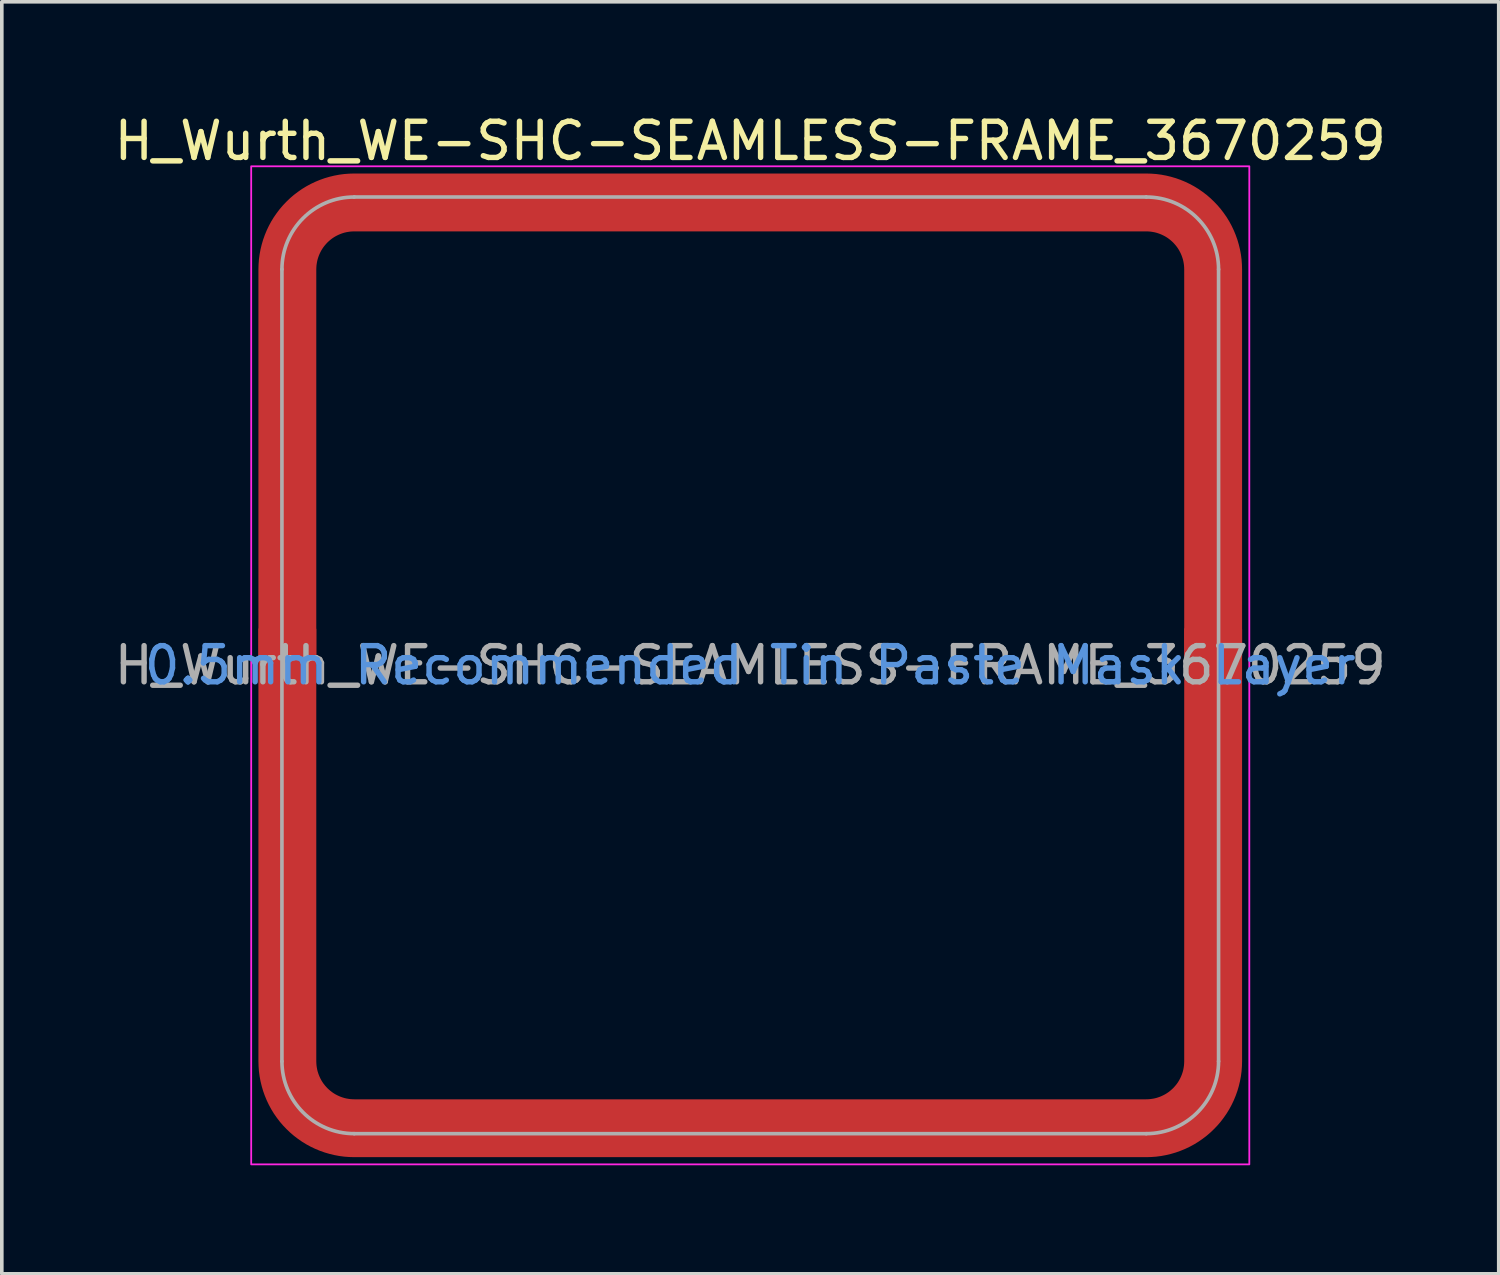
<source format=kicad_pcb>
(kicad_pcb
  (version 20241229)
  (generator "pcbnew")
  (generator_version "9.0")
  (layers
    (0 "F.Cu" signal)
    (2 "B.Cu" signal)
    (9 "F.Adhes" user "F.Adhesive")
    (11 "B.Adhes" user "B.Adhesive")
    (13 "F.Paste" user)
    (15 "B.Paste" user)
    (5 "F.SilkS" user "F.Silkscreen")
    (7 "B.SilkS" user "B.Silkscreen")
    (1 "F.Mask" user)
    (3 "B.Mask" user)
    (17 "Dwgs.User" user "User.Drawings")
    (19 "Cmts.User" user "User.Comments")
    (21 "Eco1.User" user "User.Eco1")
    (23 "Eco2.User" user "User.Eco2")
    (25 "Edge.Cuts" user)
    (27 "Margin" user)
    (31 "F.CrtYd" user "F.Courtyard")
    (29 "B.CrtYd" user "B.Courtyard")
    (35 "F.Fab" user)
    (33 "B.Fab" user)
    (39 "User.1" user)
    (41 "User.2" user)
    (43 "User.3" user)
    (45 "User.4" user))
  (footprint "H_Wurth_WE-SHC-SEAMLESS-FRAME_3670259"
    (layer "F.Cu")
    (at 17.696 15.348)
    (property "Reference" "H_Wurth_WE-SHC-SEAMLESS-FRAME_3670259" (at 0 -14.5 0) (unlocked yes) (layer "F.SilkS") (effects (font (size 1 1) (thickness 0.15))))
    (attr smd)
    (fp_poly (pts (xy -12.05 -0.25) (xy -13.55 -0.25) (xy -13.55 -10.95) (xy -13.546 -11.086) (xy -13.536 -11.222) (xy -13.518 -11.357) (xy -13.493 -11.491) (xy -13.461 -11.623) (xy -13.423 -11.753) (xy -13.377 -11.882) (xy -13.325 -12.008) (xy -13.267 -12.13) (xy -13.202 -12.25) (xy -13.131 -12.366) (xy -13.053 -12.478) (xy -12.971 -12.586) (xy -12.882 -12.69) (xy -12.788 -12.788) (xy -12.69 -12.882) (xy -12.586 -12.971) (xy -12.478 -13.053) (xy -12.366 -13.131) (xy -12.25 -13.202) (xy -12.13 -13.267) (xy -12.008 -13.325) (xy -11.882 -13.377) (xy -11.753 -13.423) (xy -11.623 -13.461) (xy -11.491 -13.493) (xy -11.357 -13.518) (xy -11.222 -13.536) (xy -11.086 -13.546) (xy -10.95 -13.55) (xy 10.95 -13.55) (xy 11.086 -13.546) (xy 11.222 -13.536) (xy 11.357 -13.518) (xy 11.491 -13.493) (xy 11.623 -13.461) (xy 11.753 -13.423) (xy 11.882 -13.377) (xy 12.008 -13.325) (xy 12.13 -13.267) (xy 12.25 -13.202) (xy 12.366 -13.131) (xy 12.478 -13.053) (xy 12.586 -12.971) (xy 12.69 -12.882) (xy 12.788 -12.788) (xy 12.882 -12.69) (xy 12.971 -12.586) (xy 13.053 -12.478) (xy 13.131 -12.366) (xy 13.202 -12.25) (xy 13.267 -12.13) (xy 13.325 -12.008) (xy 13.377 -11.882) (xy 13.423 -11.753) (xy 13.461 -11.623) (xy 13.493 -11.491) (xy 13.518 -11.357) (xy 13.536 -11.222) (xy 13.546 -11.086) (xy 13.55 -10.95) (xy 13.55 -0.25) (xy 12.05 -0.25) (xy 12.05 -10.95) (xy 12.048 -11.008) (xy 12.044 -11.065) (xy 12.036 -11.122) (xy 12.026 -11.179) (xy 12.013 -11.235) (xy 11.996 -11.29) (xy 11.977 -11.344) (xy 11.955 -11.397) (xy 11.93 -11.449) (xy 11.903 -11.5) (xy 11.873 -11.549) (xy 11.84 -11.597) (xy 11.805 -11.642) (xy 11.767 -11.686) (xy 11.728 -11.728) (xy 11.686 -11.767) (xy 11.642 -11.805) (xy 11.597 -11.84) (xy 11.549 -11.873) (xy 11.5 -11.903) (xy 11.449 -11.93) (xy 11.397 -11.955) (xy 11.344 -11.977) (xy 11.29 -11.996) (xy 11.235 -12.013) (xy 11.179 -12.026) (xy 11.122 -12.036) (xy 11.065 -12.044) (xy 11.008 -12.048) (xy 10.95 -12.05) (xy -10.95 -12.05) (xy -11.008 -12.048) (xy -11.065 -12.044) (xy -11.122 -12.036) (xy -11.179 -12.026) (xy -11.235 -12.013) (xy -11.29 -11.996) (xy -11.344 -11.977) (xy -11.397 -11.955) (xy -11.449 -11.93) (xy -11.5 -11.903) (xy -11.549 -11.873) (xy -11.597 -11.84) (xy -11.642 -11.805) (xy -11.686 -11.767) (xy -11.728 -11.728) (xy -11.767 -11.686) (xy -11.805 -11.642) (xy -11.84 -11.597) (xy -11.873 -11.549) (xy -11.903 -11.5) (xy -11.93 -11.449) (xy -11.955 -11.397) (xy -11.977 -11.344) (xy -11.996 -11.29) (xy -12.013 -11.235) (xy -12.026 -11.179) (xy -12.036 -11.122) (xy -12.044 -11.065) (xy -12.048 -11.008) (xy -12.05 -10.95) (xy -12.05 -0.25)) (stroke (width 0.1) (type solid)) (fill yes) (layer "F.Cu"))
    (fp_poly (pts (xy -12.05 -0.25) (xy -13.55 -0.25) (xy -13.55 -10.95) (xy -13.546 -11.086) (xy -13.536 -11.222) (xy -13.518 -11.357) (xy -13.493 -11.491) (xy -13.461 -11.623) (xy -13.423 -11.753) (xy -13.377 -11.882) (xy -13.325 -12.008) (xy -13.267 -12.13) (xy -13.202 -12.25) (xy -13.131 -12.366) (xy -13.053 -12.478) (xy -12.971 -12.586) (xy -12.882 -12.69) (xy -12.788 -12.788) (xy -12.69 -12.882) (xy -12.586 -12.971) (xy -12.478 -13.053) (xy -12.366 -13.131) (xy -12.25 -13.202) (xy -12.13 -13.267) (xy -12.008 -13.325) (xy -11.882 -13.377) (xy -11.753 -13.423) (xy -11.623 -13.461) (xy -11.491 -13.493) (xy -11.357 -13.518) (xy -11.222 -13.536) (xy -11.086 -13.546) (xy -10.95 -13.55) (xy 10.95 -13.55) (xy 11.086 -13.546) (xy 11.222 -13.536) (xy 11.357 -13.518) (xy 11.491 -13.493) (xy 11.623 -13.461) (xy 11.753 -13.423) (xy 11.882 -13.377) (xy 12.008 -13.325) (xy 12.13 -13.267) (xy 12.25 -13.202) (xy 12.366 -13.131) (xy 12.478 -13.053) (xy 12.586 -12.971) (xy 12.69 -12.882) (xy 12.788 -12.788) (xy 12.882 -12.69) (xy 12.971 -12.586) (xy 13.053 -12.478) (xy 13.131 -12.366) (xy 13.202 -12.25) (xy 13.267 -12.13) (xy 13.325 -12.008) (xy 13.377 -11.882) (xy 13.423 -11.753) (xy 13.461 -11.623) (xy 13.493 -11.491) (xy 13.518 -11.357) (xy 13.536 -11.222) (xy 13.546 -11.086) (xy 13.55 -10.95) (xy 13.55 -0.25) (xy 12.05 -0.25) (xy 12.05 -10.95) (xy 12.048 -11.008) (xy 12.044 -11.065) (xy 12.036 -11.122) (xy 12.026 -11.179) (xy 12.013 -11.235) (xy 11.996 -11.29) (xy 11.977 -11.344) (xy 11.955 -11.397) (xy 11.93 -11.449) (xy 11.903 -11.5) (xy 11.873 -11.549) (xy 11.84 -11.597) (xy 11.805 -11.642) (xy 11.767 -11.686) (xy 11.728 -11.728) (xy 11.686 -11.767) (xy 11.642 -11.805) (xy 11.597 -11.84) (xy 11.549 -11.873) (xy 11.5 -11.903) (xy 11.449 -11.93) (xy 11.397 -11.955) (xy 11.344 -11.977) (xy 11.29 -11.996) (xy 11.235 -12.013) (xy 11.179 -12.026) (xy 11.122 -12.036) (xy 11.065 -12.044) (xy 11.008 -12.048) (xy 10.95 -12.05) (xy -10.95 -12.05) (xy -11.008 -12.048) (xy -11.065 -12.044) (xy -11.122 -12.036) (xy -11.179 -12.026) (xy -11.235 -12.013) (xy -11.29 -11.996) (xy -11.344 -11.977) (xy -11.397 -11.955) (xy -11.449 -11.93) (xy -11.5 -11.903) (xy -11.549 -11.873) (xy -11.597 -11.84) (xy -11.642 -11.805) (xy -11.686 -11.767) (xy -11.728 -11.728) (xy -11.767 -11.686) (xy -11.805 -11.642) (xy -11.84 -11.597) (xy -11.873 -11.549) (xy -11.903 -11.5) (xy -11.93 -11.449) (xy -11.955 -11.397) (xy -11.977 -11.344) (xy -11.996 -11.29) (xy -12.013 -11.235) (xy -12.026 -11.179) (xy -12.036 -11.122) (xy -12.044 -11.065) (xy -12.048 -11.008) (xy -12.05 -10.95) (xy -12.05 -0.25)) (stroke (width 0.1) (type solid)) (fill yes) (layer "F.Mask"))
    (fp_poly (pts (xy -12.05 -0.25) (xy -13.55 -0.25) (xy -13.55 -10.95) (xy -13.546 -11.086) (xy -13.536 -11.222) (xy -13.518 -11.357) (xy -13.493 -11.491) (xy -13.461 -11.623) (xy -13.423 -11.753) (xy -13.377 -11.882) (xy -13.325 -12.008) (xy -13.267 -12.13) (xy -13.202 -12.25) (xy -13.131 -12.366) (xy -13.053 -12.478) (xy -12.971 -12.586) (xy -12.882 -12.69) (xy -12.788 -12.788) (xy -12.69 -12.882) (xy -12.586 -12.971) (xy -12.478 -13.053) (xy -12.366 -13.131) (xy -12.25 -13.202) (xy -12.13 -13.267) (xy -12.008 -13.325) (xy -11.882 -13.377) (xy -11.753 -13.423) (xy -11.623 -13.461) (xy -11.491 -13.493) (xy -11.357 -13.518) (xy -11.222 -13.536) (xy -11.086 -13.546) (xy -10.95 -13.55) (xy 10.95 -13.55) (xy 11.086 -13.546) (xy 11.222 -13.536) (xy 11.357 -13.518) (xy 11.491 -13.493) (xy 11.623 -13.461) (xy 11.753 -13.423) (xy 11.882 -13.377) (xy 12.008 -13.325) (xy 12.13 -13.267) (xy 12.25 -13.202) (xy 12.366 -13.131) (xy 12.478 -13.053) (xy 12.586 -12.971) (xy 12.69 -12.882) (xy 12.788 -12.788) (xy 12.882 -12.69) (xy 12.971 -12.586) (xy 13.053 -12.478) (xy 13.131 -12.366) (xy 13.202 -12.25) (xy 13.267 -12.13) (xy 13.325 -12.008) (xy 13.377 -11.882) (xy 13.423 -11.753) (xy 13.461 -11.623) (xy 13.493 -11.491) (xy 13.518 -11.357) (xy 13.536 -11.222) (xy 13.546 -11.086) (xy 13.55 -10.95) (xy 13.55 -0.25) (xy 12.05 -0.25) (xy 12.05 -10.95) (xy 12.048 -11.008) (xy 12.044 -11.065) (xy 12.036 -11.122) (xy 12.026 -11.179) (xy 12.013 -11.235) (xy 11.996 -11.29) (xy 11.977 -11.344) (xy 11.955 -11.397) (xy 11.93 -11.449) (xy 11.903 -11.5) (xy 11.873 -11.549) (xy 11.84 -11.597) (xy 11.805 -11.642) (xy 11.767 -11.686) (xy 11.728 -11.728) (xy 11.686 -11.767) (xy 11.642 -11.805) (xy 11.597 -11.84) (xy 11.549 -11.873) (xy 11.5 -11.903) (xy 11.449 -11.93) (xy 11.397 -11.955) (xy 11.344 -11.977) (xy 11.29 -11.996) (xy 11.235 -12.013) (xy 11.179 -12.026) (xy 11.122 -12.036) (xy 11.065 -12.044) (xy 11.008 -12.048) (xy 10.95 -12.05) (xy -10.95 -12.05) (xy -11.008 -12.048) (xy -11.065 -12.044) (xy -11.122 -12.036) (xy -11.179 -12.026) (xy -11.235 -12.013) (xy -11.29 -11.996) (xy -11.344 -11.977) (xy -11.397 -11.955) (xy -11.449 -11.93) (xy -11.5 -11.903) (xy -11.549 -11.873) (xy -11.597 -11.84) (xy -11.642 -11.805) (xy -11.686 -11.767) (xy -11.728 -11.728) (xy -11.767 -11.686) (xy -11.805 -11.642) (xy -11.84 -11.597) (xy -11.873 -11.549) (xy -11.903 -11.5) (xy -11.93 -11.449) (xy -11.955 -11.397) (xy -11.977 -11.344) (xy -11.996 -11.29) (xy -12.013 -11.235) (xy -12.026 -11.179) (xy -12.036 -11.122) (xy -12.044 -11.065) (xy -12.048 -11.008) (xy -12.05 -10.95) (xy -12.05 -0.25)) (stroke (width 0.1) (type solid)) (fill yes) (layer "F.Paste"))
    (fp_rect (start -13.8 -13.8) (end 13.8 13.8) (stroke (width 0.05) (type solid)) (fill no) (layer "F.CrtYd"))
    (fp_line (start -12.95 10.95) (end -12.95 -10.95) (stroke (width 0.1) (type solid)) (layer "F.Fab"))
    (fp_line (start -10.95 -12.95) (end 10.95 -12.95) (stroke (width 0.1) (type solid)) (layer "F.Fab"))
    (fp_line (start -10.95 12.95) (end 10.95 12.95) (stroke (width 0.1) (type solid)) (layer "F.Fab"))
    (fp_line (start 12.95 10.95) (end 12.95 -10.95) (stroke (width 0.1) (type solid)) (layer "F.Fab"))
    (fp_arc (start -12.95 -10.95) (mid -12.364214 -12.364214) (end -10.95 -12.95) (stroke (width 0.1) (type default)) (layer "F.Fab"))
    (fp_arc (start -10.95 12.95) (mid -12.364214 12.364214) (end -12.95 10.95) (stroke (width 0.1) (type default)) (layer "F.Fab"))
    (fp_arc (start 10.95 -12.95) (mid 12.364214 -12.364214) (end 12.95 -10.95) (stroke (width 0.1) (type default)) (layer "F.Fab"))
    (fp_arc (start 12.95 10.95) (mid 12.364214 12.364214) (end 10.95 12.95) (stroke (width 0.1) (type default)) (layer "F.Fab"))
    (fp_text user "0.5mm Recommended Tin Paste Mask Layer" (at 0 0 0) (unlocked yes) (layer "Cmts.User") (effects (font (size 1 1) (thickness 0.15))))
    (fp_text user "${REFERENCE}" (at 0 0 0) (unlocked yes) (layer "F.Fab") (effects (font (size 1 1) (thickness 0.15))))
    (pad "1" smd custom (at -12.8 0) (size 1.5 21.9) (layers "F.Cu" "F.Mask" "F.Paste") (options (anchor rect)) (primitives (gr_poly (pts (xy 24.85 -1) (xy 26.35 -1) (xy 26.35 10.95) (xy 26.346 11.086) (xy 26.336 11.222) (xy 26.318 11.357) (xy 26.293 11.491) (xy 26.261 11.623) (xy 26.223 11.753) (xy 26.177 11.882) (xy 26.125 12.008) (xy 26.067 12.13) (xy 26.002 12.25) (xy 25.931 12.366) (xy 25.853 12.478) (xy 25.771 12.586) (xy 25.682 12.69) (xy 25.588 12.788) (xy 25.49 12.882) (xy 25.386 12.971) (xy 25.278 13.053) (xy 25.166 13.131) (xy 25.05 13.202) (xy 24.93 13.267) (xy 24.808 13.325) (xy 24.682 13.377) (xy 24.553 13.423) (xy 24.423 13.461) (xy 24.291 13.493) (xy 24.157 13.518) (xy 24.022 13.536) (xy 23.886 13.546) (xy 23.75 13.55) (xy 1.85 13.55) (xy 1.714 13.546) (xy 1.578 13.536) (xy 1.443 13.518) (xy 1.309 13.493) (xy 1.177 13.461) (xy 1.047 13.423) (xy 0.918 13.377) (xy 0.792 13.325) (xy 0.67 13.267) (xy 0.55 13.202) (xy 0.434 13.131) (xy 0.322 13.053) (xy 0.214 12.971) (xy 0.11 12.882) (xy 0.012 12.788) (xy -0.082 12.69) (xy -0.171 12.586) (xy -0.253 12.478) (xy -0.331 12.366) (xy -0.402 12.25) (xy -0.467 12.13) (xy -0.525 12.008) (xy -0.577 11.882) (xy -0.623 11.753) (xy -0.661 11.623) (xy -0.693 11.491) (xy -0.718 11.357) (xy -0.736 11.222) (xy -0.746 11.086) (xy -0.75 10.95) (xy -0.75 -1) (xy 0.75 -1) (xy 0.75 10.95) (xy 0.752 11.008) (xy 0.756 11.065) (xy 0.764 11.122) (xy 0.774 11.179) (xy 0.787 11.235) (xy 0.804 11.29) (xy 0.823 11.344) (xy 0.845 11.397) (xy 0.87 11.449) (xy 0.897 11.5) (xy 0.927 11.549) (xy 0.96 11.597) (xy 0.995 11.642) (xy 1.033 11.686) (xy 1.072 11.728) (xy 1.114 11.767) (xy 1.158 11.805) (xy 1.203 11.84) (xy 1.251 11.873) (xy 1.3 11.903) (xy 1.351 11.93) (xy 1.403 11.955) (xy 1.456 11.977) (xy 1.51 11.996) (xy 1.565 12.013) (xy 1.621 12.026) (xy 1.678 12.036) (xy 1.735 12.044) (xy 1.792 12.048) (xy 1.85 12.05) (xy 23.75 12.05) (xy 23.808 12.048) (xy 23.865 12.044) (xy 23.922 12.036) (xy 23.979 12.026) (xy 24.035 12.013) (xy 24.09 11.996) (xy 24.144 11.977) (xy 24.197 11.955) (xy 24.249 11.93) (xy 24.3 11.903) (xy 24.349 11.873) (xy 24.397 11.84) (xy 24.442 11.805) (xy 24.486 11.767) (xy 24.528 11.728) (xy 24.567 11.686) (xy 24.605 11.642) (xy 24.64 11.597) (xy 24.673 11.549) (xy 24.703 11.5) (xy 24.73 11.449) (xy 24.755 11.397) (xy 24.777 11.344) (xy 24.796 11.29) (xy 24.813 11.235) (xy 24.826 11.179) (xy 24.836 11.122) (xy 24.844 11.065) (xy 24.848 11.008) (xy 24.85 10.95) (xy 24.85 -1)) (width 0.1) (fill yes)))))
  (gr_rect
    (start -3 -3)
    (end 38.393 32.173)
    (stroke (width 0.1) (type default))
    (fill no)
    (layer "Edge.Cuts")))
</source>
